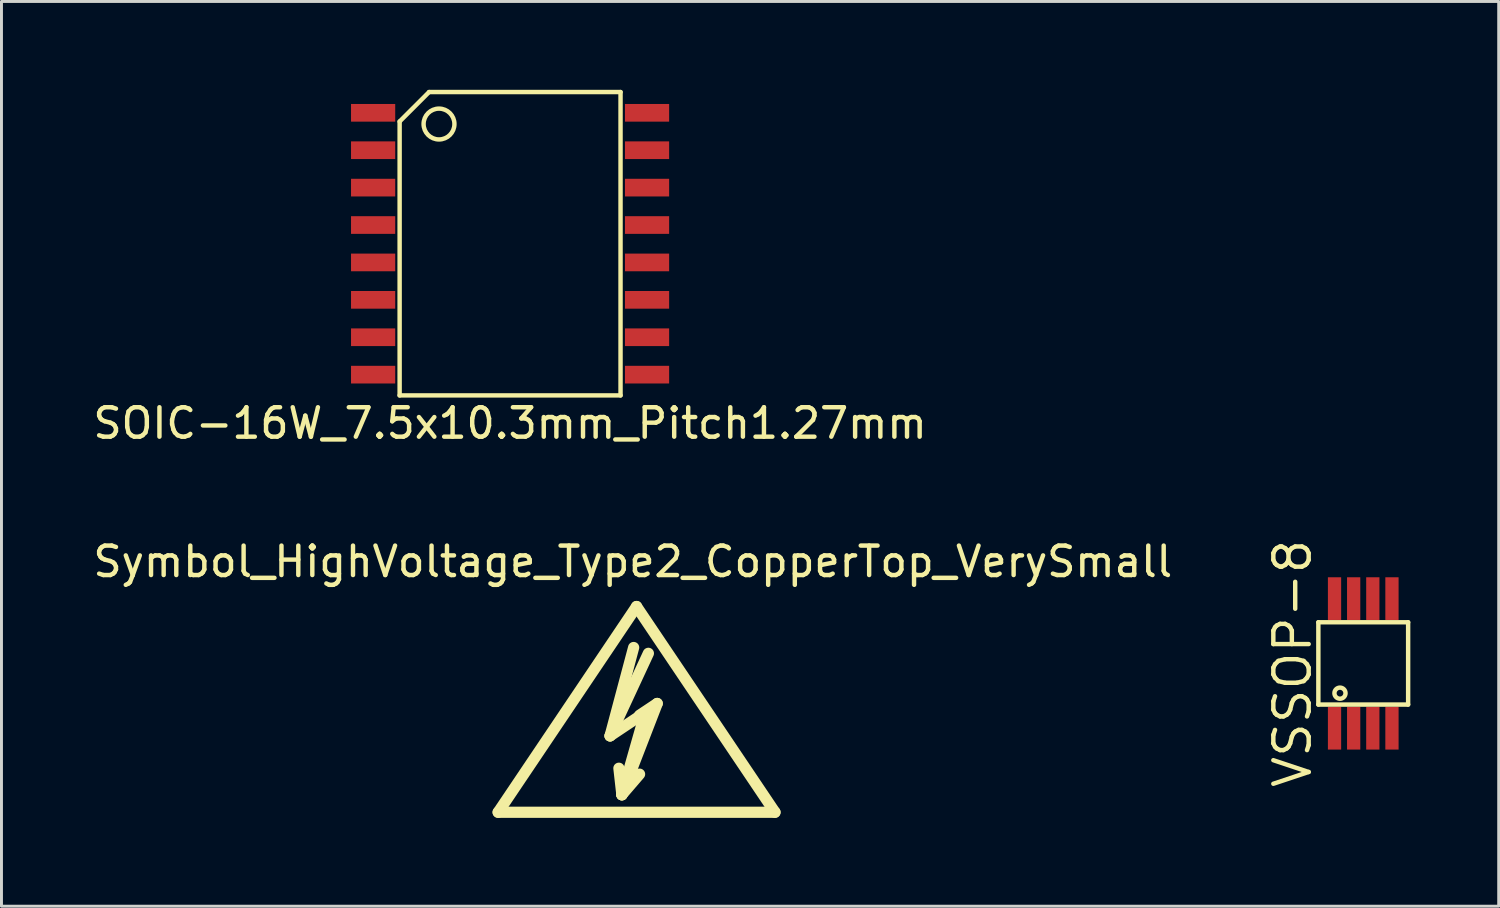
<source format=kicad_pcb>
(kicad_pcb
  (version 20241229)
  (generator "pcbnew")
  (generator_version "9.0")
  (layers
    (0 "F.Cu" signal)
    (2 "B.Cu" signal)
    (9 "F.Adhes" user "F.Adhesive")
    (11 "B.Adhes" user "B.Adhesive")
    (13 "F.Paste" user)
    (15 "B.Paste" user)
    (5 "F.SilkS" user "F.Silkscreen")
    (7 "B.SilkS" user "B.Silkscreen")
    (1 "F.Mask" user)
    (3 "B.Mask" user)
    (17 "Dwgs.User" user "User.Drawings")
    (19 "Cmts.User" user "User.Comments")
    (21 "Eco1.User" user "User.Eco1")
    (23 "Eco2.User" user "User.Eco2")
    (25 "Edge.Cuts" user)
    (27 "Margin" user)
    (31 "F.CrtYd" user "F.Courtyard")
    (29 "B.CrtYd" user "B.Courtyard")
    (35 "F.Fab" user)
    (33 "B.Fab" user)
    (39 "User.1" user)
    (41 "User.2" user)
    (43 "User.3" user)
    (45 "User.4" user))
  (footprint "VSSOP-8"
    (layer "F.Cu")
    (at 43.234 19.474)
    (property "Reference" "VSSOP-8" (at -2.4 0 90) (layer "F.SilkS") (effects (font (size 1.2 1.2) (thickness 0.15))))
    (attr through_hole)
    (fp_line (start -1.524 -1.397) (end -1.524 1.397) (stroke (width 0.15) (type solid)) (layer "F.SilkS"))
    (fp_line (start -1.524 -1.397) (end 1.524 -1.397) (stroke (width 0.15) (type solid)) (layer "F.SilkS"))
    (fp_line (start -1.524 1.397) (end 1.524 1.397) (stroke (width 0.15) (type solid)) (layer "F.SilkS"))
    (fp_line (start 1.524 -1.397) (end 1.524 1.397) (stroke (width 0.15) (type solid)) (layer "F.SilkS"))
    (fp_circle (center -0.79 1.01) (end -0.69 0.85) (stroke (width 0.15) (type solid)) (fill no) (layer "F.SilkS"))
    (pad "1" smd rect (at -0.975 2.2) (size 0.45 1.45) (layers "F.Cu" "F.Mask" "F.Paste"))
    (pad "2" smd rect (at -0.325 2.2) (size 0.45 1.45) (layers "F.Cu" "F.Mask" "F.Paste"))
    (pad "3" smd rect (at 0.325 2.2) (size 0.45 1.45) (layers "F.Cu" "F.Mask" "F.Paste"))
    (pad "4" smd rect (at 0.975 2.2) (size 0.45 1.45) (layers "F.Cu" "F.Mask" "F.Paste"))
    (pad "5" smd rect (at 0.975 -2.2) (size 0.45 1.45) (layers "F.Cu" "F.Mask" "F.Paste"))
    (pad "6" smd rect (at 0.325 -2.2) (size 0.45 1.45) (layers "F.Cu" "F.Mask" "F.Paste"))
    (pad "7" smd rect (at -0.325 -2.2) (size 0.45 1.45) (layers "F.Cu" "F.Mask" "F.Paste"))
    (pad "8" smd rect (at -0.975 -2.2) (size 0.45 1.45) (layers "F.Cu" "F.Mask" "F.Paste")))
  (footprint "Symbol_HighVoltage_Type2_CopperTop_VerySmall"
    (layer "F.Cu")
    (at 18.562 21.733)
    (property "Reference" "Symbol_HighVoltage_Type2_CopperTop_VerySmall" (at -0.127 -5.715 0) (layer "F.SilkS") (effects (font (size 1 1) (thickness 0.15))))
    (attr through_hole)
    (fp_line (start -4.699 2.794) (end 0 -4.191) (stroke (width 0.381) (type solid)) (layer "F.SilkS"))
    (fp_line (start -0.899 0.201) (end 0.3 -0.599) (stroke (width 0.381) (type solid)) (layer "F.SilkS"))
    (fp_line (start -0.899 0.201) (end 0.401 -2.601) (stroke (width 0.381) (type solid)) (layer "F.SilkS"))
    (fp_line (start -0.498 2.2) (end -0.599 1.3) (stroke (width 0.381) (type solid)) (layer "F.SilkS"))
    (fp_line (start -0.498 2.2) (end 0.102 1.501) (stroke (width 0.381) (type solid)) (layer "F.SilkS"))
    (fp_line (start -0.498 2.2) (end 0.701 -0.899) (stroke (width 0.381) (type solid)) (layer "F.SilkS"))
    (fp_line (start -0.099 -2.799) (end -0.899 0.201) (stroke (width 0.381) (type solid)) (layer "F.SilkS"))
    (fp_line (start 0 -4.191) (end 4.699 2.794) (stroke (width 0.381) (type solid)) (layer "F.SilkS"))
    (fp_line (start 0.3 -0.599) (end -0.498 2.2) (stroke (width 0.381) (type solid)) (layer "F.SilkS"))
    (fp_line (start 0.701 -0.899) (end 0.102 -0.5) (stroke (width 0.381) (type solid)) (layer "F.SilkS"))
    (fp_line (start 4.699 2.794) (end -4.699 2.794) (stroke (width 0.381) (type solid)) (layer "F.SilkS")))
  (footprint "SOIC-16W_7.5x10.3mm_Pitch1.27mm"
    (layer "F.Cu")
    (at 14.268 5.225)
    (property "Reference" "SOIC-16W_7.5x10.3mm_Pitch1.27mm" (at 0 6.096 0) (layer "F.SilkS") (effects (font (size 1 1) (thickness 0.15))))
    (attr smd)
    (fp_line (start -3.75 -4.15) (end -2.75 -5.15) (stroke (width 0.15) (type solid)) (layer "F.SilkS"))
    (fp_line (start -3.75 5.15) (end -3.75 -4.15) (stroke (width 0.15) (type solid)) (layer "F.SilkS"))
    (fp_line (start -2.75 -5.15) (end 3.75 -5.15) (stroke (width 0.15) (type solid)) (layer "F.SilkS"))
    (fp_line (start 3.75 -5.15) (end 3.75 5.15) (stroke (width 0.15) (type solid)) (layer "F.SilkS"))
    (fp_line (start 3.75 5.15) (end -3.75 5.15) (stroke (width 0.15) (type solid)) (layer "F.SilkS"))
    (fp_circle (center -2.413 -4.064) (end -1.905 -4.191) (stroke (width 0.15) (type solid)) (fill no) (layer "F.SilkS"))
    (pad "1" smd rect (at -4.65 -4.445) (size 1.5 0.6) (layers "F.Cu" "F.Mask" "F.Paste"))
    (pad "2" smd rect (at -4.65 -3.175) (size 1.5 0.6) (layers "F.Cu" "F.Mask" "F.Paste"))
    (pad "3" smd rect (at -4.65 -1.905) (size 1.5 0.6) (layers "F.Cu" "F.Mask" "F.Paste"))
    (pad "4" smd rect (at -4.65 -0.635) (size 1.5 0.6) (layers "F.Cu" "F.Mask" "F.Paste"))
    (pad "5" smd rect (at -4.65 0.635) (size 1.5 0.6) (layers "F.Cu" "F.Mask" "F.Paste"))
    (pad "6" smd rect (at -4.65 1.905) (size 1.5 0.6) (layers "F.Cu" "F.Mask" "F.Paste"))
    (pad "7" smd rect (at -4.65 3.175) (size 1.5 0.6) (layers "F.Cu" "F.Mask" "F.Paste"))
    (pad "8" smd rect (at -4.65 4.445) (size 1.5 0.6) (layers "F.Cu" "F.Mask" "F.Paste"))
    (pad "9" smd rect (at 4.65 4.445) (size 1.5 0.6) (layers "F.Cu" "F.Mask" "F.Paste"))
    (pad "10" smd rect (at 4.65 3.175) (size 1.5 0.6) (layers "F.Cu" "F.Mask" "F.Paste"))
    (pad "11" smd rect (at 4.65 1.905) (size 1.5 0.6) (layers "F.Cu" "F.Mask" "F.Paste"))
    (pad "12" smd rect (at 4.65 0.635) (size 1.5 0.6) (layers "F.Cu" "F.Mask" "F.Paste"))
    (pad "13" smd rect (at 4.65 -0.635) (size 1.5 0.6) (layers "F.Cu" "F.Mask" "F.Paste"))
    (pad "14" smd rect (at 4.65 -1.905) (size 1.5 0.6) (layers "F.Cu" "F.Mask" "F.Paste"))
    (pad "15" smd rect (at 4.65 -3.175) (size 1.5 0.6) (layers "F.Cu" "F.Mask" "F.Paste"))
    (pad "16" smd rect (at 4.65 -4.445) (size 1.5 0.6) (layers "F.Cu" "F.Mask" "F.Paste")))
  (gr_rect
    (start -3 -3)
    (end 47.833 27.717)
    (stroke (width 0.1) (type default))
    (fill no)
    (layer "Edge.Cuts")))
</source>
